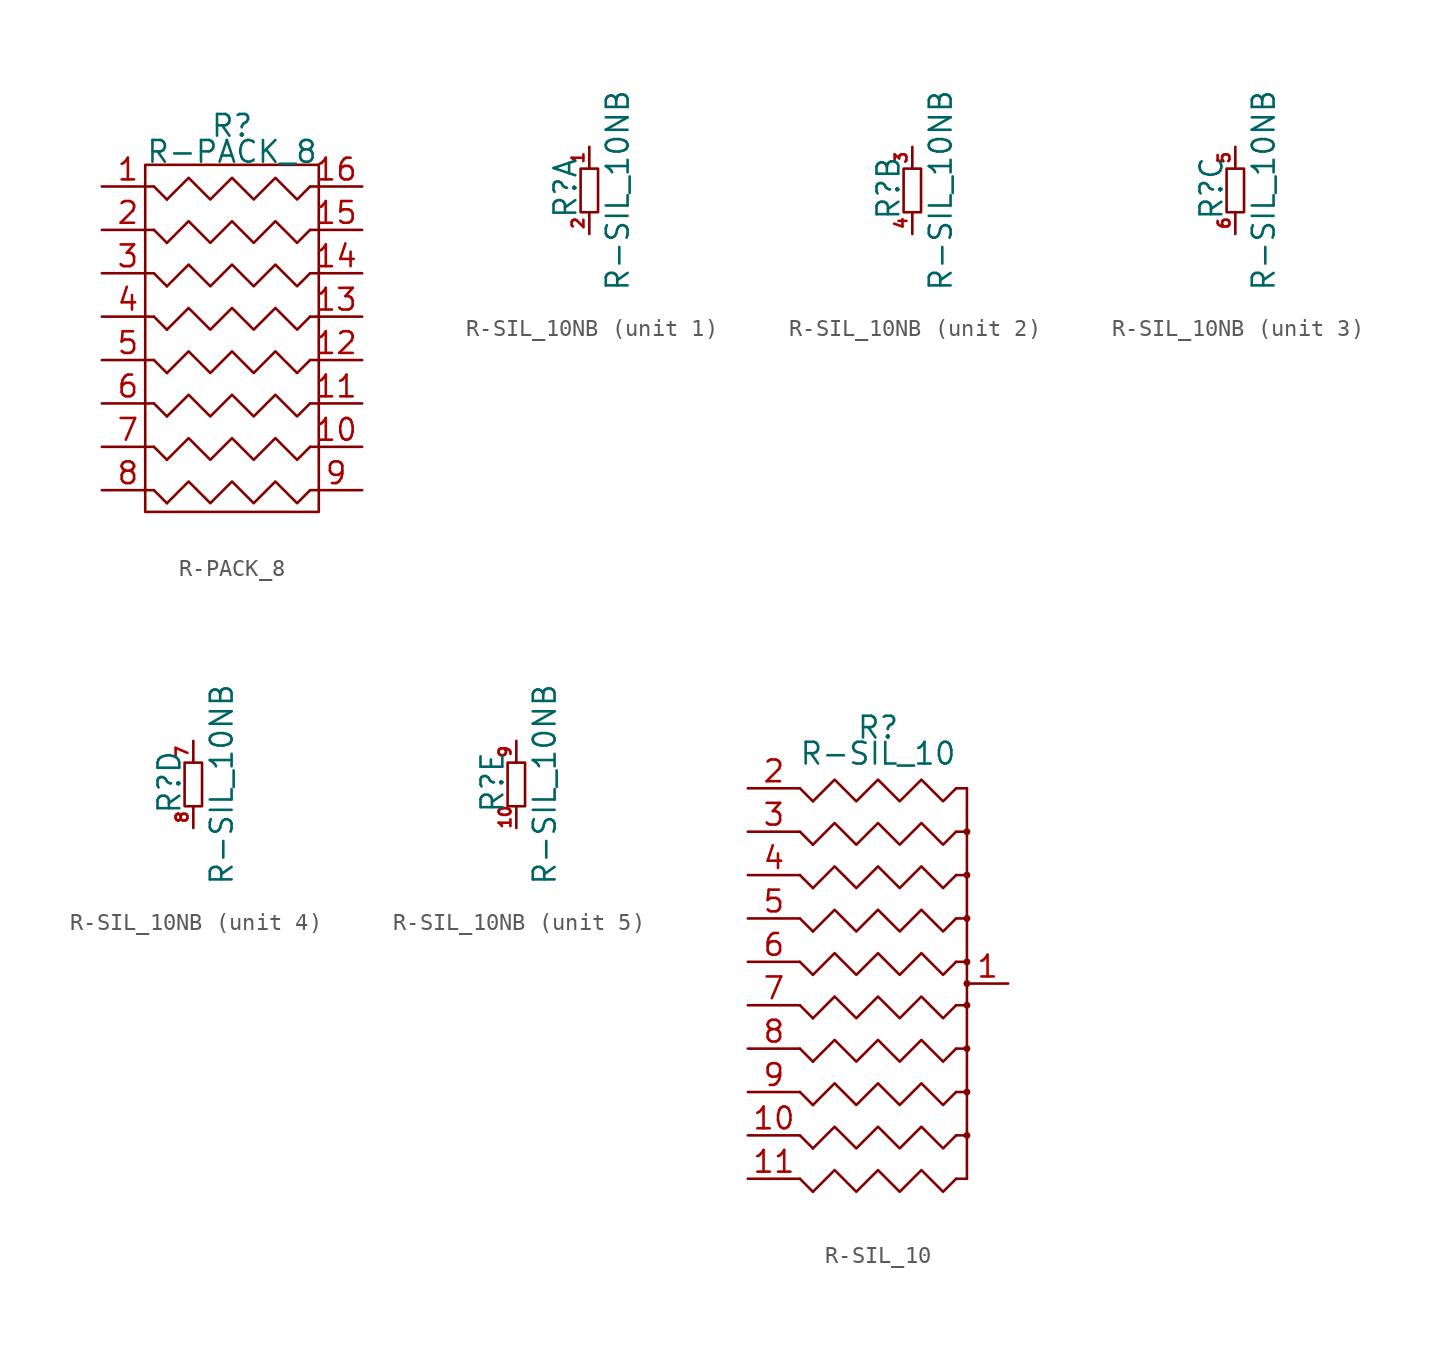
<source format=kicad_sym>
(kicad_symbol_lib
  (version 20220914)
  (generator kicad_symbol_editor)
  (symbol "R-PACK_8"
    (pin_names
      (offset 0) hide)
    (property "Reference" "R"
      (at 0 12.446 0)
      (effects (font (size 1.27 1.27))))
    (property "Value" "R-PACK_8"
      (at 0 10.922 0)
      (effects (font (size 1.27 1.27))))
    (property "Footprint" ""
      (at 0 0 0)
      (effects (font (size 1.524 1.524))))
    (property "Datasheet" ""
      (at 0 0 0)
      (effects (font (size 1.524 1.524))))
    (symbol "R-PACK_8_0_1"
      (rectangle (start -5.08 -10.16) (end 5.08 10.16) (stroke (width 0) (type solid)) (fill (type none)))
      (polyline (pts (xy -3.81 -9.652) (xy -4.572 -8.89) (xy -4.572 -8.89)) (stroke (width 0) (type solid)) (fill (type none)))
      (polyline (pts (xy -3.81 -7.112) (xy -4.572 -6.35) (xy -4.572 -6.35)) (stroke (width 0) (type solid)) (fill (type none)))
      (polyline (pts (xy -3.81 -4.572) (xy -4.572 -3.81) (xy -4.572 -3.81)) (stroke (width 0) (type solid)) (fill (type none)))
      (polyline (pts (xy -3.81 -2.032) (xy -4.572 -1.27) (xy -4.572 -1.27)) (stroke (width 0) (type solid)) (fill (type none)))
      (polyline (pts (xy -3.81 0.508) (xy -4.572 1.27) (xy -4.572 1.27)) (stroke (width 0) (type solid)) (fill (type none)))
      (polyline (pts (xy -3.81 3.048) (xy -4.572 3.81) (xy -4.572 3.81)) (stroke (width 0) (type solid)) (fill (type none)))
      (polyline (pts (xy -3.81 5.588) (xy -4.572 6.35) (xy -4.572 6.35)) (stroke (width 0) (type solid)) (fill (type none)))
      (polyline (pts (xy -3.81 8.128) (xy -4.572 8.89) (xy -4.572 8.89)) (stroke (width 0) (type solid)) (fill (type none)))
      (polyline (pts (xy -3.81 -9.652) (xy -2.54 -8.382) (xy -1.27 -9.652) (xy 0 -8.382) (xy 1.27 -9.652) (xy 2.54 -8.382) (xy 3.81 -9.652) (xy 4.572 -8.89) (xy 4.572 -8.89)) (stroke (width 0) (type solid)) (fill (type none)))
      (polyline (pts (xy -3.81 -7.112) (xy -2.54 -5.842) (xy -1.27 -7.112) (xy 0 -5.842) (xy 1.27 -7.112) (xy 2.54 -5.842) (xy 3.81 -7.112) (xy 4.572 -6.35) (xy 4.572 -6.35)) (stroke (width 0) (type solid)) (fill (type none)))
      (polyline (pts (xy -3.81 -4.572) (xy -2.54 -3.302) (xy -1.27 -4.572) (xy 0 -3.302) (xy 1.27 -4.572) (xy 2.54 -3.302) (xy 3.81 -4.572) (xy 4.572 -3.81) (xy 4.572 -3.81)) (stroke (width 0) (type solid)) (fill (type none)))
      (polyline (pts (xy -3.81 -2.032) (xy -2.54 -0.762) (xy -1.27 -2.032) (xy 0 -0.762) (xy 1.27 -2.032) (xy 2.54 -0.762) (xy 3.81 -2.032) (xy 4.572 -1.27) (xy 4.572 -1.27)) (stroke (width 0) (type solid)) (fill (type none)))
      (polyline (pts (xy -3.81 0.508) (xy -2.54 1.778) (xy -1.27 0.508) (xy 0 1.778) (xy 1.27 0.508) (xy 2.54 1.778) (xy 3.81 0.508) (xy 4.572 1.27) (xy 4.572 1.27)) (stroke (width 0) (type solid)) (fill (type none)))
      (polyline (pts (xy -3.81 3.048) (xy -2.54 4.318) (xy -1.27 3.048) (xy 0 4.318) (xy 1.27 3.048) (xy 2.54 4.318) (xy 3.81 3.048) (xy 4.572 3.81) (xy 4.572 3.81)) (stroke (width 0) (type solid)) (fill (type none)))
      (polyline (pts (xy -3.81 5.588) (xy -2.54 6.858) (xy -1.27 5.588) (xy 0 6.858) (xy 1.27 5.588) (xy 2.54 6.858) (xy 3.81 5.588) (xy 4.572 6.35) (xy 4.572 6.35)) (stroke (width 0) (type solid)) (fill (type none)))
      (polyline (pts (xy -3.81 8.128) (xy -2.54 9.398) (xy -1.27 8.128) (xy 0 9.398) (xy 1.27 8.128) (xy 2.54 9.398) (xy 3.81 8.128) (xy 4.572 8.89) (xy 4.572 8.89)) (stroke (width 0) (type solid)) (fill (type none))))
    (symbol "R-PACK_8_1_1"
      (pin passive line (at -7.62 8.89 0) (length 3.048) (name "~" (effects (font (size 1.27 1.27)))) (number "1" (effects (font (size 1.27 1.27)))))
      (pin passive line (at 7.62 -6.35 180) (length 3.048) (name "~" (effects (font (size 1.27 1.27)))) (number "10" (effects (font (size 1.27 1.27)))))
      (pin passive line (at 7.62 -3.81 180) (length 3.048) (name "~" (effects (font (size 1.27 1.27)))) (number "11" (effects (font (size 1.27 1.27)))))
      (pin passive line (at 7.62 -1.27 180) (length 3.048) (name "~" (effects (font (size 1.27 1.27)))) (number "12" (effects (font (size 1.27 1.27)))))
      (pin passive line (at 7.62 1.27 180) (length 3.048) (name "~" (effects (font (size 1.27 1.27)))) (number "13" (effects (font (size 1.27 1.27)))))
      (pin passive line (at 7.62 3.81 180) (length 3.048) (name "~" (effects (font (size 1.27 1.27)))) (number "14" (effects (font (size 1.27 1.27)))))
      (pin passive line (at 7.62 6.35 180) (length 3.048) (name "~" (effects (font (size 1.27 1.27)))) (number "15" (effects (font (size 1.27 1.27)))))
      (pin passive line (at 7.62 8.89 180) (length 3.048) (name "~" (effects (font (size 1.27 1.27)))) (number "16" (effects (font (size 1.27 1.27)))))
      (pin passive line (at -7.62 6.35 0) (length 3.048) (name "~" (effects (font (size 1.27 1.27)))) (number "2" (effects (font (size 1.27 1.27)))))
      (pin passive line (at -7.62 3.81 0) (length 3.048) (name "~" (effects (font (size 1.27 1.27)))) (number "3" (effects (font (size 1.27 1.27)))))
      (pin passive line (at -7.62 1.27 0) (length 3.048) (name "~" (effects (font (size 1.27 1.27)))) (number "4" (effects (font (size 1.27 1.27)))))
      (pin passive line (at -7.62 -1.27 0) (length 3.048) (name "~" (effects (font (size 1.27 1.27)))) (number "5" (effects (font (size 1.27 1.27)))))
      (pin passive line (at -7.62 -3.81 0) (length 3.048) (name "~" (effects (font (size 1.27 1.27)))) (number "6" (effects (font (size 1.27 1.27)))))
      (pin passive line (at -7.62 -6.35 0) (length 3.048) (name "~" (effects (font (size 1.27 1.27)))) (number "7" (effects (font (size 1.27 1.27)))))
      (pin passive line (at -7.62 -8.89 0) (length 3.048) (name "~" (effects (font (size 1.27 1.27)))) (number "8" (effects (font (size 1.27 1.27)))))
      (pin passive line (at 7.62 -8.89 180) (length 3.048) (name "~" (effects (font (size 1.27 1.27)))) (number "9" (effects (font (size 1.27 1.27)))))))
  (symbol "R-SIL_10NB"
    (pin_names
      (offset 0) hide)
    (property "Reference" "R"
      (at -1.397 0.127 90)
      (effects (font (size 1.27 1.27))))
    (property "Value" "R-SIL_10NB"
      (at 1.651 0 90)
      (effects (font (size 1.27 1.27))))
    (property "Footprint" ""
      (at 0 0 0)
      (effects (font (size 1.524 1.524))))
    (property "Datasheet" ""
      (at 0 0 0)
      (effects (font (size 1.524 1.524))))
    (symbol "R-SIL_10NB_0_1"
      (rectangle (start 0.508 1.27) (end -0.508 -1.27) (stroke (width 0) (type solid)) (fill (type none))))
    (symbol "R-SIL_10NB_1_1"
      (pin passive line (at 0 2.54 270) (length 1.27) (name "~" (effects (font (size 0.686 0.686)))) (number "1" (effects (font (size 0.686 0.686)))))
      (pin passive line (at 0 -2.54 90) (length 1.27) (name "~" (effects (font (size 1.524 1.524)))) (number "2" (effects (font (size 0.686 0.686))))))
    (symbol "R-SIL_10NB_2_1"
      (pin passive line (at 0 2.54 270) (length 1.27) (name "~" (effects (font (size 0.686 0.686)))) (number "3" (effects (font (size 0.686 0.686)))))
      (pin passive line (at 0 -2.54 90) (length 1.27) (name "~" (effects (font (size 1.524 1.524)))) (number "4" (effects (font (size 0.686 0.686))))))
    (symbol "R-SIL_10NB_3_1"
      (pin passive line (at 0 2.54 270) (length 1.27) (name "~" (effects (font (size 0.686 0.686)))) (number "5" (effects (font (size 0.686 0.686)))))
      (pin passive line (at 0 -2.54 90) (length 1.27) (name "~" (effects (font (size 1.524 1.524)))) (number "6" (effects (font (size 0.686 0.686))))))
    (symbol "R-SIL_10NB_4_1"
      (pin passive line (at 0 2.54 270) (length 1.27) (name "~" (effects (font (size 0.686 0.686)))) (number "7" (effects (font (size 0.686 0.686)))))
      (pin passive line (at 0 -2.54 90) (length 1.27) (name "~" (effects (font (size 1.524 1.524)))) (number "8" (effects (font (size 0.686 0.686))))))
    (symbol "R-SIL_10NB_5_1"
      (pin passive line (at 0 -2.54 90) (length 1.27) (name "~" (effects (font (size 1.524 1.524)))) (number "10" (effects (font (size 0.686 0.686)))))
      (pin passive line (at 0 2.54 270) (length 1.27) (name "~" (effects (font (size 0.686 0.686)))) (number "9" (effects (font (size 0.686 0.686)))))))
  (symbol "R-SIL_10"
    (pin_names
      (offset 0) hide)
    (property "Reference" "R"
      (at 0 14.986 0)
      (effects (font (size 1.27 1.27))))
    (property "Value" "R-SIL_10"
      (at 0 13.462 0)
      (effects (font (size 1.27 1.27))))
    (property "Footprint" ""
      (at 0 0 0)
      (effects (font (size 1.524 1.524))))
    (property "Datasheet" ""
      (at 0 0 0)
      (effects (font (size 1.524 1.524))))
    (symbol "R-SIL_10_0_1"
      (polyline (pts (xy 5.207 -11.43) (xy 4.572 -11.43)) (stroke (width 0) (type solid)) (fill (type none)))
      (polyline (pts (xy 5.207 -11.43) (xy 5.207 11.43)) (stroke (width 0) (type solid)) (fill (type none)))
      (polyline (pts (xy 5.207 -8.89) (xy 4.572 -8.89)) (stroke (width 0) (type solid)) (fill (type none)))
      (polyline (pts (xy 5.207 -6.35) (xy 4.572 -6.35)) (stroke (width 0) (type solid)) (fill (type none)))
      (polyline (pts (xy 5.207 3.81) (xy 4.572 3.81)) (stroke (width 0) (type solid)) (fill (type none)))
      (polyline (pts (xy 5.207 11.43) (xy 4.572 11.43)) (stroke (width 0) (type solid)) (fill (type none)))
      (polyline (pts (xy -3.81 -12.192) (xy -4.572 -11.43) (xy -4.572 -11.43)) (stroke (width 0) (type solid)) (fill (type none)))
      (polyline (pts (xy -3.81 -9.652) (xy -4.572 -8.89) (xy -4.572 -8.89)) (stroke (width 0) (type solid)) (fill (type none)))
      (polyline (pts (xy -3.81 -7.112) (xy -4.572 -6.35) (xy -4.572 -6.35)) (stroke (width 0) (type solid)) (fill (type none)))
      (polyline (pts (xy -3.81 -4.572) (xy -4.572 -3.81) (xy -4.572 -3.81)) (stroke (width 0) (type solid)) (fill (type none)))
      (polyline (pts (xy -3.81 -2.032) (xy -4.572 -1.27) (xy -4.572 -1.27)) (stroke (width 0) (type solid)) (fill (type none)))
      (polyline (pts (xy -3.81 0.508) (xy -4.572 1.27) (xy -4.572 1.27)) (stroke (width 0) (type solid)) (fill (type none)))
      (polyline (pts (xy -3.81 3.048) (xy -4.572 3.81) (xy -4.572 3.81)) (stroke (width 0) (type solid)) (fill (type none)))
      (polyline (pts (xy -3.81 5.588) (xy -4.572 6.35) (xy -4.572 6.35)) (stroke (width 0) (type solid)) (fill (type none)))
      (polyline (pts (xy -3.81 8.128) (xy -4.572 8.89) (xy -4.572 8.89)) (stroke (width 0) (type solid)) (fill (type none)))
      (polyline (pts (xy -3.81 10.668) (xy -4.572 11.43) (xy -4.572 11.43)) (stroke (width 0) (type solid)) (fill (type none)))
      (polyline (pts (xy 4.572 -3.81) (xy 5.207 -3.81) (xy 5.207 -3.81)) (stroke (width 0) (type solid)) (fill (type none)))
      (polyline (pts (xy 4.572 -1.27) (xy 5.207 -1.27) (xy 5.207 -1.27)) (stroke (width 0) (type solid)) (fill (type none)))
      (polyline (pts (xy 4.572 1.27) (xy 5.207 1.27) (xy 5.207 1.27)) (stroke (width 0) (type solid)) (fill (type none)))
      (polyline (pts (xy 4.572 6.35) (xy 5.207 6.35) (xy 5.207 6.35)) (stroke (width 0) (type solid)) (fill (type none)))
      (polyline (pts (xy 4.572 8.89) (xy 5.207 8.89) (xy 5.207 8.89)) (stroke (width 0) (type solid)) (fill (type none)))
      (polyline (pts (xy -3.81 -12.192) (xy -2.54 -10.922) (xy -1.27 -12.192) (xy 0 -10.922) (xy 1.27 -12.192) (xy 2.54 -10.922) (xy 3.81 -12.192) (xy 4.572 -11.43) (xy 4.572 -11.43)) (stroke (width 0) (type solid)) (fill (type none)))
      (polyline (pts (xy -3.81 -9.652) (xy -2.54 -8.382) (xy -1.27 -9.652) (xy 0 -8.382) (xy 1.27 -9.652) (xy 2.54 -8.382) (xy 3.81 -9.652) (xy 4.572 -8.89) (xy 4.572 -8.89)) (stroke (width 0) (type solid)) (fill (type none)))
      (polyline (pts (xy -3.81 -7.112) (xy -2.54 -5.842) (xy -1.27 -7.112) (xy 0 -5.842) (xy 1.27 -7.112) (xy 2.54 -5.842) (xy 3.81 -7.112) (xy 4.572 -6.35) (xy 4.572 -6.35)) (stroke (width 0) (type solid)) (fill (type none)))
      (polyline (pts (xy -3.81 -4.572) (xy -2.54 -3.302) (xy -1.27 -4.572) (xy 0 -3.302) (xy 1.27 -4.572) (xy 2.54 -3.302) (xy 3.81 -4.572) (xy 4.572 -3.81) (xy 4.572 -3.81)) (stroke (width 0) (type solid)) (fill (type none)))
      (polyline (pts (xy -3.81 -2.032) (xy -2.54 -0.762) (xy -1.27 -2.032) (xy 0 -0.762) (xy 1.27 -2.032) (xy 2.54 -0.762) (xy 3.81 -2.032) (xy 4.572 -1.27) (xy 4.572 -1.27)) (stroke (width 0) (type solid)) (fill (type none)))
      (polyline (pts (xy -3.81 0.508) (xy -2.54 1.778) (xy -1.27 0.508) (xy 0 1.778) (xy 1.27 0.508) (xy 2.54 1.778) (xy 3.81 0.508) (xy 4.572 1.27) (xy 4.572 1.27)) (stroke (width 0) (type solid)) (fill (type none)))
      (polyline (pts (xy -3.81 3.048) (xy -2.54 4.318) (xy -1.27 3.048) (xy 0 4.318) (xy 1.27 3.048) (xy 2.54 4.318) (xy 3.81 3.048) (xy 4.572 3.81) (xy 4.572 3.81)) (stroke (width 0) (type solid)) (fill (type none)))
      (polyline (pts (xy -3.81 5.588) (xy -2.54 6.858) (xy -1.27 5.588) (xy 0 6.858) (xy 1.27 5.588) (xy 2.54 6.858) (xy 3.81 5.588) (xy 4.572 6.35) (xy 4.572 6.35)) (stroke (width 0) (type solid)) (fill (type none)))
      (polyline (pts (xy -3.81 8.128) (xy -2.54 9.398) (xy -1.27 8.128) (xy 0 9.398) (xy 1.27 8.128) (xy 2.54 9.398) (xy 3.81 8.128) (xy 4.572 8.89) (xy 4.572 8.89)) (stroke (width 0) (type solid)) (fill (type none)))
      (polyline (pts (xy -3.81 10.668) (xy -2.54 11.938) (xy -1.27 10.668) (xy 0 11.938) (xy 1.27 10.668) (xy 2.54 11.938) (xy 3.81 10.668) (xy 4.572 11.43) (xy 4.572 11.43)) (stroke (width 0) (type solid)) (fill (type none)))
      (circle (center 5.207 -8.89) (radius 0.127) (stroke (width 0) (type solid)) (fill (type none)))
      (circle (center 5.207 -6.35) (radius 0.127) (stroke (width 0) (type solid)) (fill (type none)))
      (circle (center 5.207 -3.81) (radius 0.127) (stroke (width 0) (type solid)) (fill (type none)))
      (circle (center 5.207 -1.27) (radius 0.127) (stroke (width 0) (type solid)) (fill (type none)))
      (circle (center 5.207 0) (radius 0.127) (stroke (width 0) (type solid)) (fill (type none)))
      (circle (center 5.207 1.27) (radius 0.127) (stroke (width 0) (type solid)) (fill (type none)))
      (circle (center 5.207 3.81) (radius 0.127) (stroke (width 0) (type solid)) (fill (type none)))
      (circle (center 5.207 6.35) (radius 0.127) (stroke (width 0) (type solid)) (fill (type none)))
      (circle (center 5.207 8.89) (radius 0.127) (stroke (width 0) (type solid)) (fill (type none))))
    (symbol "R-SIL_10_1_1"
      (pin passive line (at 7.62 0 180) (length 2.413) (name "~" (effects (font (size 1.27 1.27)))) (number "1" (effects (font (size 1.27 1.27)))))
      (pin passive line (at -7.62 -8.89 0) (length 3.048) (name "~" (effects (font (size 1.27 1.27)))) (number "10" (effects (font (size 1.27 1.27)))))
      (pin passive line (at -7.62 -11.43 0) (length 3.048) (name "~" (effects (font (size 1.27 1.27)))) (number "11" (effects (font (size 1.27 1.27)))))
      (pin passive line (at -7.62 11.43 0) (length 3.048) (name "~" (effects (font (size 1.27 1.27)))) (number "2" (effects (font (size 1.27 1.27)))))
      (pin passive line (at -7.62 8.89 0) (length 3.048) (name "~" (effects (font (size 1.27 1.27)))) (number "3" (effects (font (size 1.27 1.27)))))
      (pin passive line (at -7.62 6.35 0) (length 3.048) (name "~" (effects (font (size 1.27 1.27)))) (number "4" (effects (font (size 1.27 1.27)))))
      (pin passive line (at -7.62 3.81 0) (length 3.048) (name "~" (effects (font (size 1.27 1.27)))) (number "5" (effects (font (size 1.27 1.27)))))
      (pin passive line (at -7.62 1.27 0) (length 3.048) (name "~" (effects (font (size 1.27 1.27)))) (number "6" (effects (font (size 1.27 1.27)))))
      (pin passive line (at -7.62 -1.27 0) (length 3.048) (name "~" (effects (font (size 1.27 1.27)))) (number "7" (effects (font (size 1.27 1.27)))))
      (pin passive line (at -7.62 -3.81 0) (length 3.048) (name "~" (effects (font (size 1.27 1.27)))) (number "8" (effects (font (size 1.27 1.27)))))
      (pin passive line (at -7.62 -6.35 0) (length 3.048) (name "~" (effects (font (size 1.27 1.27)))) (number "9" (effects (font (size 1.27 1.27))))))))
</source>
